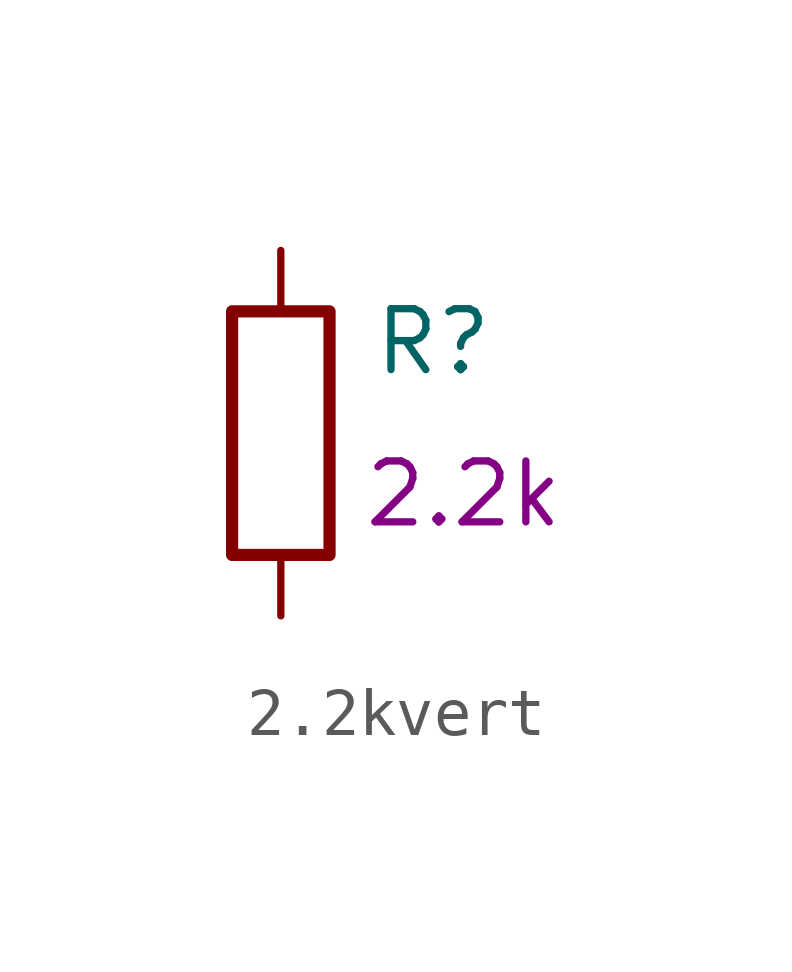
<source format=kicad_sym>
(kicad_symbol_lib
  (version 20210619)
  (generator kicad_symbol_editor)
  (symbol "my_Library:2.2kvert"
    (pin_numbers hide)
    (pin_names
      (offset 0))
    (property "Reference" "R"
      (at 3.175 1.905 0)
      (effects (font (size 1.27 1.27))))
    (property "volume" "2.2k"
      (at 3.81 -1.27 0)
      (effects (font (size 1.27 1.27))))
    (property "Field5" ""
      (at 0 0 0)
      (effects (font (size 1.27 1.27))))
    (symbol "2.2kvert_0_1"
      (rectangle (start -1.016 -2.54) (end 1.016 2.54) (stroke (width 0.254)) (fill (type none))))
    (symbol "2.2kvert_1_1"
      (pin passive line (at 0 3.81 270) (length 1.27) (name "~" (effects (font (size 1.27 1.27)))) (number "1" (effects (font (size 1.27 1.27)))))
      (pin passive line (at 0 -3.81 90) (length 1.27) (name "~" (effects (font (size 1.27 1.27)))) (number "2" (effects (font (size 1.27 1.27))))))))
</source>
